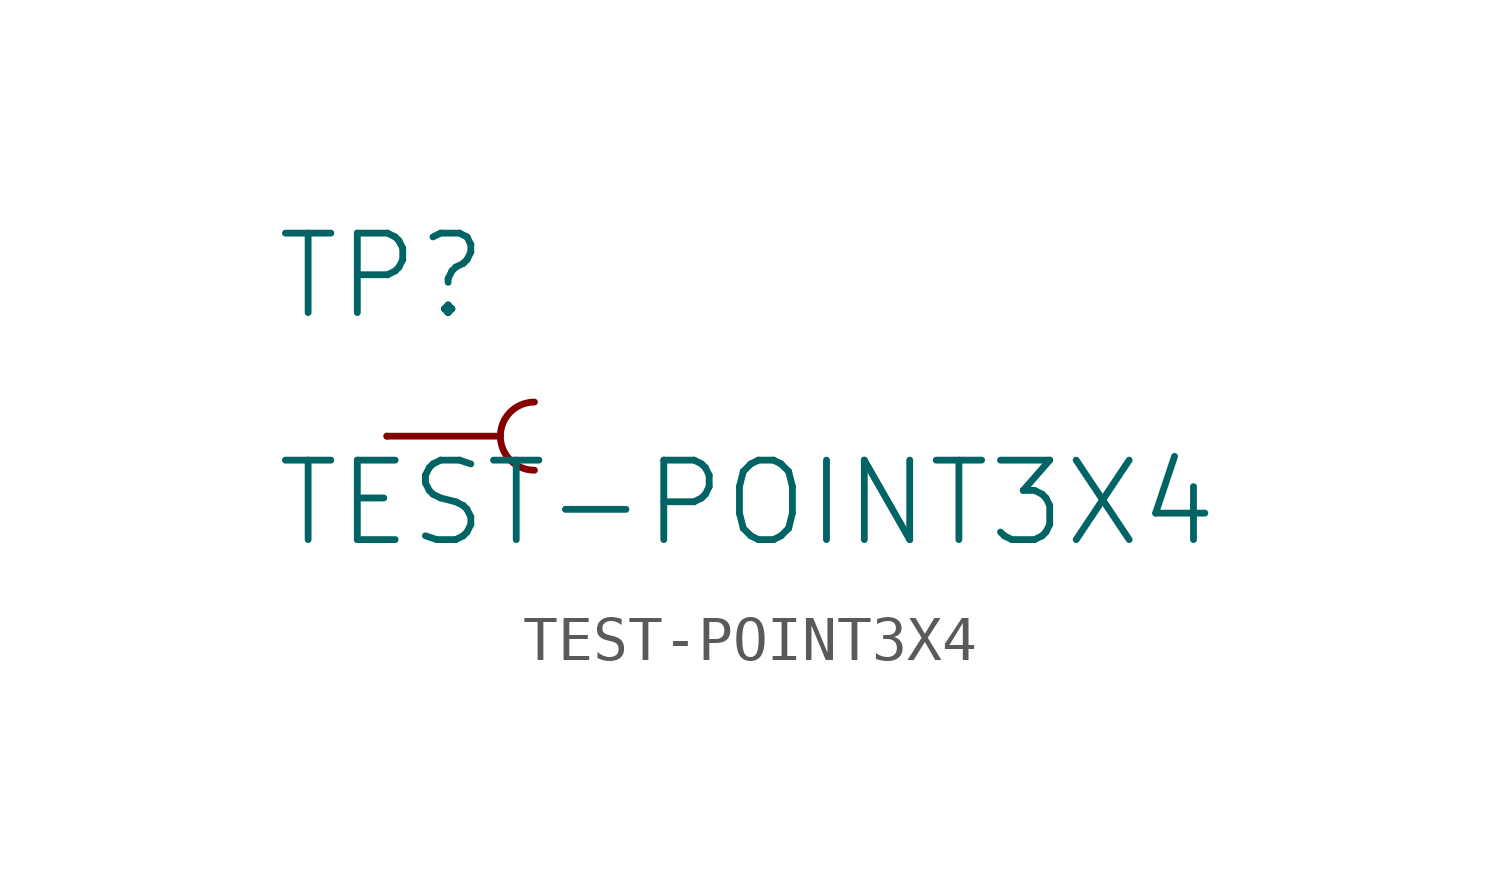
<source format=kicad_sym>
(kicad_symbol_lib
  (version 20211014)
  (generator kicad_symbol_editor)
  (symbol "TEST-POINT3X4"
    (property "Reference" "TP"
      (at -2.54 2.54 0)
      (effects (font (size 1.778 1.778)) (justify left bottom)))
    (property "Value" "TEST-POINT3X4"
      (at -2.54 -2.54 0)
      (effects (font (size 1.778 1.778)) (justify left bottom)))
    (property "ki_locked" ""
      (at 0 0 0)
      (effects (font (size 1.27 1.27))))
    (symbol "TEST-POINT3X4_1_0"
      (polyline (pts (xy 2.54 0) (xy 0 0)) (stroke (width 0.152) (type default) (color 0 0 0 0)) (fill (type none)))
      (arc (start 3.302 0.762) (mid 2.54 0) (end 3.302 -0.762) (stroke (width 0.1524) (type default) (color 0 0 0 0)) (fill (type none)))
      (pin bidirectional line (at 0 0 180) (length 0) (name "1" (effects (font (size 0 0)))) (number "P$1" (effects (font (size 0 0))))))))
</source>
